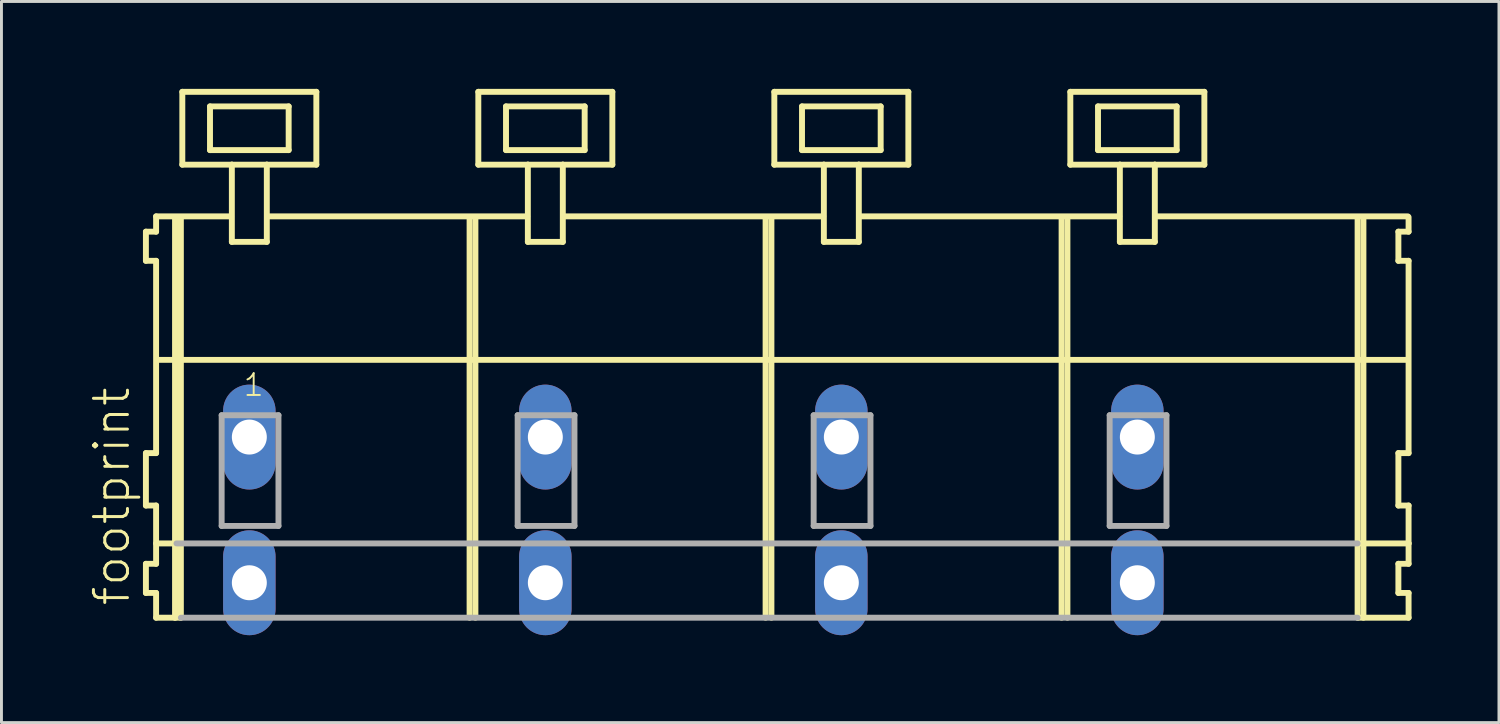
<source format=kicad_pcb>
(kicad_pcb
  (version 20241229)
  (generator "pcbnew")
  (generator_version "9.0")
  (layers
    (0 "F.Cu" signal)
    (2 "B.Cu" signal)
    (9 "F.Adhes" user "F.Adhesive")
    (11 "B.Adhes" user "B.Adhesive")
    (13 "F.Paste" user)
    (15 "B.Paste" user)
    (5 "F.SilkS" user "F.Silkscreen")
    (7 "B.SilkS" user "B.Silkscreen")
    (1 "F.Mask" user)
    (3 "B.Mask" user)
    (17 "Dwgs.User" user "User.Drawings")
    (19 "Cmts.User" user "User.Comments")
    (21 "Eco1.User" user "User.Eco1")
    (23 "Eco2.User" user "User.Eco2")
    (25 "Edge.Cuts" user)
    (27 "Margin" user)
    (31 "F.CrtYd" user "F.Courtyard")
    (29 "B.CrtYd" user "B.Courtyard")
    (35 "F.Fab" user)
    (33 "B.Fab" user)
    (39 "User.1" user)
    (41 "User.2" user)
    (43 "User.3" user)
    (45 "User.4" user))
  (footprint "footprint"
    (layer "F.Cu")
    (at 23.288 11.952)
    (property "Reference" "footprint" (at -21.815 5.855 90) (layer "F.SilkS") (effects (font (size 1.168 1.168) (thickness 0.102)) (justify left bottom)))
    (fp_line (start -21.33 -7.05) (end -21.33 -6.05) (stroke (width 0.203) (type solid)) (layer "F.SilkS"))
    (fp_line (start -21.33 -6.05) (end -20.98 -6.05) (stroke (width 0.203) (type solid)) (layer "F.SilkS"))
    (fp_line (start -21.33 0.55) (end -21.33 2.35) (stroke (width 0.203) (type solid)) (layer "F.SilkS"))
    (fp_line (start -21.33 2.35) (end -20.98 2.35) (stroke (width 0.203) (type solid)) (layer "F.SilkS"))
    (fp_line (start -21.33 4.35) (end -21.33 5.35) (stroke (width 0.203) (type solid)) (layer "F.SilkS"))
    (fp_line (start -21.33 5.35) (end -20.98 5.35) (stroke (width 0.203) (type solid)) (layer "F.SilkS"))
    (fp_line (start -20.98 -7.575) (end -20.98 -7.05) (stroke (width 0.203) (type solid)) (layer "F.SilkS"))
    (fp_line (start -20.98 -7.575) (end -18.405 -7.575) (stroke (width 0.203) (type solid)) (layer "F.SilkS"))
    (fp_line (start -20.98 -7.05) (end -21.33 -7.05) (stroke (width 0.203) (type solid)) (layer "F.SilkS"))
    (fp_line (start -20.98 -6.05) (end -20.98 0.55) (stroke (width 0.203) (type solid)) (layer "F.SilkS"))
    (fp_line (start -20.98 0.55) (end -21.33 0.55) (stroke (width 0.203) (type solid)) (layer "F.SilkS"))
    (fp_line (start -20.98 2.35) (end -20.98 4.35) (stroke (width 0.203) (type solid)) (layer "F.SilkS"))
    (fp_line (start -20.98 3.65) (end -20.28 3.65) (stroke (width 0.203) (type solid)) (layer "F.SilkS"))
    (fp_line (start -20.98 4.35) (end -21.33 4.35) (stroke (width 0.203) (type solid)) (layer "F.SilkS"))
    (fp_line (start -20.98 5.35) (end -20.98 6.2) (stroke (width 0.203) (type solid)) (layer "F.SilkS"))
    (fp_line (start -20.98 6.2) (end -20.33 6.2) (stroke (width 0.203) (type solid)) (layer "F.SilkS"))
    (fp_line (start -20.93 -2.65) (end 21.96 -2.65) (stroke (width 0.203) (type solid)) (layer "F.SilkS"))
    (fp_line (start -20.33 -7.55) (end -20.33 6.2) (stroke (width 0.203) (type solid)) (layer "F.SilkS"))
    (fp_line (start -20.33 6.2) (end -20.13 6.2) (stroke (width 0.203) (type solid)) (layer "F.SilkS"))
    (fp_line (start -20.13 -7.55) (end -20.13 6.2) (stroke (width 0.203) (type solid)) (layer "F.SilkS"))
    (fp_line (start -20.08 -11.85) (end -20.08 -9.35) (stroke (width 0.203) (type solid)) (layer "F.SilkS"))
    (fp_line (start -20.08 -9.35) (end -18.38 -9.35) (stroke (width 0.203) (type solid)) (layer "F.SilkS"))
    (fp_line (start -19.13 -11.35) (end -19.13 -9.85) (stroke (width 0.203) (type solid)) (layer "F.SilkS"))
    (fp_line (start -19.13 -9.85) (end -16.43 -9.85) (stroke (width 0.203) (type solid)) (layer "F.SilkS"))
    (fp_line (start -18.38 -9.35) (end -18.38 -6.7) (stroke (width 0.203) (type solid)) (layer "F.SilkS"))
    (fp_line (start -18.38 -9.35) (end -17.18 -9.35) (stroke (width 0.203) (type solid)) (layer "F.SilkS"))
    (fp_line (start -18.38 -6.7) (end -17.18 -6.7) (stroke (width 0.203) (type solid)) (layer "F.SilkS"))
    (fp_line (start -17.18 -9.35) (end -15.48 -9.35) (stroke (width 0.203) (type solid)) (layer "F.SilkS"))
    (fp_line (start -17.18 -6.7) (end -17.18 -9.35) (stroke (width 0.203) (type solid)) (layer "F.SilkS"))
    (fp_line (start -17.155 -7.575) (end -8.241 -7.575) (stroke (width 0.203) (type solid)) (layer "F.SilkS"))
    (fp_line (start -16.43 -11.35) (end -19.13 -11.35) (stroke (width 0.203) (type solid)) (layer "F.SilkS"))
    (fp_line (start -16.43 -9.85) (end -16.43 -11.35) (stroke (width 0.203) (type solid)) (layer "F.SilkS"))
    (fp_line (start -15.48 -11.85) (end -20.08 -11.85) (stroke (width 0.203) (type solid)) (layer "F.SilkS"))
    (fp_line (start -15.48 -9.35) (end -15.48 -11.85) (stroke (width 0.203) (type solid)) (layer "F.SilkS"))
    (fp_line (start -10.22 -7.55) (end -10.22 6.2) (stroke (width 0.203) (type solid)) (layer "F.SilkS"))
    (fp_line (start -10.02 -7.55) (end -10.02 6.2) (stroke (width 0.203) (type solid)) (layer "F.SilkS"))
    (fp_line (start -9.92 -11.85) (end -9.92 -9.35) (stroke (width 0.203) (type solid)) (layer "F.SilkS"))
    (fp_line (start -9.92 -9.35) (end -8.22 -9.35) (stroke (width 0.203) (type solid)) (layer "F.SilkS"))
    (fp_line (start -8.97 -11.35) (end -8.97 -9.85) (stroke (width 0.203) (type solid)) (layer "F.SilkS"))
    (fp_line (start -8.97 -9.85) (end -6.27 -9.85) (stroke (width 0.203) (type solid)) (layer "F.SilkS"))
    (fp_line (start -8.22 -9.35) (end -8.22 -6.7) (stroke (width 0.203) (type solid)) (layer "F.SilkS"))
    (fp_line (start -8.22 -9.35) (end -7.02 -9.35) (stroke (width 0.203) (type solid)) (layer "F.SilkS"))
    (fp_line (start -8.22 -6.7) (end -7.02 -6.7) (stroke (width 0.203) (type solid)) (layer "F.SilkS"))
    (fp_line (start -7.02 -9.35) (end -5.32 -9.35) (stroke (width 0.203) (type solid)) (layer "F.SilkS"))
    (fp_line (start -7.02 -6.7) (end -7.02 -9.35) (stroke (width 0.203) (type solid)) (layer "F.SilkS"))
    (fp_line (start -6.995 -7.575) (end 1.919 -7.575) (stroke (width 0.203) (type solid)) (layer "F.SilkS"))
    (fp_line (start -6.27 -11.35) (end -8.97 -11.35) (stroke (width 0.203) (type solid)) (layer "F.SilkS"))
    (fp_line (start -6.27 -9.85) (end -6.27 -11.35) (stroke (width 0.203) (type solid)) (layer "F.SilkS"))
    (fp_line (start -5.32 -11.85) (end -9.92 -11.85) (stroke (width 0.203) (type solid)) (layer "F.SilkS"))
    (fp_line (start -5.32 -9.35) (end -5.32 -11.85) (stroke (width 0.203) (type solid)) (layer "F.SilkS"))
    (fp_line (start -0.06 -7.55) (end -0.06 6.2) (stroke (width 0.203) (type solid)) (layer "F.SilkS"))
    (fp_line (start 0.14 -7.55) (end 0.14 6.2) (stroke (width 0.203) (type solid)) (layer "F.SilkS"))
    (fp_line (start 0.24 -11.85) (end 0.24 -9.35) (stroke (width 0.203) (type solid)) (layer "F.SilkS"))
    (fp_line (start 0.24 -9.35) (end 1.94 -9.35) (stroke (width 0.203) (type solid)) (layer "F.SilkS"))
    (fp_line (start 1.19 -11.35) (end 1.19 -9.85) (stroke (width 0.203) (type solid)) (layer "F.SilkS"))
    (fp_line (start 1.19 -9.85) (end 3.89 -9.85) (stroke (width 0.203) (type solid)) (layer "F.SilkS"))
    (fp_line (start 1.94 -9.35) (end 1.94 -6.7) (stroke (width 0.203) (type solid)) (layer "F.SilkS"))
    (fp_line (start 1.94 -9.35) (end 3.14 -9.35) (stroke (width 0.203) (type solid)) (layer "F.SilkS"))
    (fp_line (start 1.94 -6.7) (end 3.14 -6.7) (stroke (width 0.203) (type solid)) (layer "F.SilkS"))
    (fp_line (start 3.14 -9.35) (end 4.84 -9.35) (stroke (width 0.203) (type solid)) (layer "F.SilkS"))
    (fp_line (start 3.14 -6.7) (end 3.14 -9.35) (stroke (width 0.203) (type solid)) (layer "F.SilkS"))
    (fp_line (start 3.165 -7.575) (end 12.079 -7.575) (stroke (width 0.203) (type solid)) (layer "F.SilkS"))
    (fp_line (start 3.89 -11.35) (end 1.19 -11.35) (stroke (width 0.203) (type solid)) (layer "F.SilkS"))
    (fp_line (start 3.89 -9.85) (end 3.89 -11.35) (stroke (width 0.203) (type solid)) (layer "F.SilkS"))
    (fp_line (start 4.84 -11.85) (end 0.24 -11.85) (stroke (width 0.203) (type solid)) (layer "F.SilkS"))
    (fp_line (start 4.84 -9.35) (end 4.84 -11.85) (stroke (width 0.203) (type solid)) (layer "F.SilkS"))
    (fp_line (start 10.1 -7.55) (end 10.1 6.2) (stroke (width 0.203) (type solid)) (layer "F.SilkS"))
    (fp_line (start 10.3 -7.55) (end 10.3 6.2) (stroke (width 0.203) (type solid)) (layer "F.SilkS"))
    (fp_line (start 10.4 -11.85) (end 10.4 -9.35) (stroke (width 0.203) (type solid)) (layer "F.SilkS"))
    (fp_line (start 10.4 -9.35) (end 12.1 -9.35) (stroke (width 0.203) (type solid)) (layer "F.SilkS"))
    (fp_line (start 11.35 -11.35) (end 11.35 -9.85) (stroke (width 0.203) (type solid)) (layer "F.SilkS"))
    (fp_line (start 11.35 -9.85) (end 14.05 -9.85) (stroke (width 0.203) (type solid)) (layer "F.SilkS"))
    (fp_line (start 12.1 -9.35) (end 12.1 -6.7) (stroke (width 0.203) (type solid)) (layer "F.SilkS"))
    (fp_line (start 12.1 -9.35) (end 13.3 -9.35) (stroke (width 0.203) (type solid)) (layer "F.SilkS"))
    (fp_line (start 12.1 -6.7) (end 13.3 -6.7) (stroke (width 0.203) (type solid)) (layer "F.SilkS"))
    (fp_line (start 13.3 -9.35) (end 15 -9.35) (stroke (width 0.203) (type solid)) (layer "F.SilkS"))
    (fp_line (start 13.3 -6.7) (end 13.3 -9.35) (stroke (width 0.203) (type solid)) (layer "F.SilkS"))
    (fp_line (start 13.325 -7.575) (end 21.985 -7.575) (stroke (width 0.203) (type solid)) (layer "F.SilkS"))
    (fp_line (start 14.05 -11.35) (end 11.35 -11.35) (stroke (width 0.203) (type solid)) (layer "F.SilkS"))
    (fp_line (start 14.05 -9.85) (end 14.05 -11.35) (stroke (width 0.203) (type solid)) (layer "F.SilkS"))
    (fp_line (start 15 -11.85) (end 10.4 -11.85) (stroke (width 0.203) (type solid)) (layer "F.SilkS"))
    (fp_line (start 15 -9.35) (end 15 -11.85) (stroke (width 0.203) (type solid)) (layer "F.SilkS"))
    (fp_line (start 20.26 -7.55) (end 20.26 6.2) (stroke (width 0.203) (type solid)) (layer "F.SilkS"))
    (fp_line (start 20.26 6.2) (end 22.01 6.2) (stroke (width 0.203) (type solid)) (layer "F.SilkS"))
    (fp_line (start 20.31 3.65) (end 22.01 3.65) (stroke (width 0.203) (type solid)) (layer "F.SilkS"))
    (fp_line (start 20.46 -7.55) (end 20.46 6.2) (stroke (width 0.203) (type solid)) (layer "F.SilkS"))
    (fp_line (start 21.66 -7.05) (end 21.66 -6.05) (stroke (width 0.203) (type solid)) (layer "F.SilkS"))
    (fp_line (start 21.66 -6.05) (end 22.01 -6.05) (stroke (width 0.203) (type solid)) (layer "F.SilkS"))
    (fp_line (start 21.66 0.55) (end 21.66 2.35) (stroke (width 0.203) (type solid)) (layer "F.SilkS"))
    (fp_line (start 21.66 2.35) (end 22.01 2.35) (stroke (width 0.203) (type solid)) (layer "F.SilkS"))
    (fp_line (start 21.66 4.35) (end 21.66 5.35) (stroke (width 0.203) (type solid)) (layer "F.SilkS"))
    (fp_line (start 21.66 5.35) (end 22.01 5.35) (stroke (width 0.203) (type solid)) (layer "F.SilkS"))
    (fp_line (start 22.01 -7.05) (end 21.66 -7.05) (stroke (width 0.203) (type solid)) (layer "F.SilkS"))
    (fp_line (start 22.01 -7.05) (end 22.01 -7.55) (stroke (width 0.203) (type solid)) (layer "F.SilkS"))
    (fp_line (start 22.01 0.55) (end 21.66 0.55) (stroke (width 0.203) (type solid)) (layer "F.SilkS"))
    (fp_line (start 22.01 0.55) (end 22.01 -6.05) (stroke (width 0.203) (type solid)) (layer "F.SilkS"))
    (fp_line (start 22.01 3.65) (end 22.01 2.35) (stroke (width 0.203) (type solid)) (layer "F.SilkS"))
    (fp_line (start 22.01 4.35) (end 21.66 4.35) (stroke (width 0.203) (type solid)) (layer "F.SilkS"))
    (fp_line (start 22.01 4.35) (end 22.01 3.65) (stroke (width 0.203) (type solid)) (layer "F.SilkS"))
    (fp_line (start 22.01 6.2) (end 22.01 5.35) (stroke (width 0.203) (type solid)) (layer "F.SilkS"))
    (fp_line (start -20.28 3.65) (end 20.26 3.65) (stroke (width 0.203) (type solid)) (layer "F.Fab"))
    (fp_line (start -20.13 6.2) (end 20.26 6.2) (stroke (width 0.203) (type solid)) (layer "F.Fab"))
    (fp_line (start -18.73 -0.75) (end -18.73 3.05) (stroke (width 0.203) (type solid)) (layer "F.Fab"))
    (fp_line (start -18.73 3.05) (end -16.78 3.05) (stroke (width 0.203) (type solid)) (layer "F.Fab"))
    (fp_line (start -16.78 -0.75) (end -18.73 -0.75) (stroke (width 0.203) (type solid)) (layer "F.Fab"))
    (fp_line (start -16.78 3.05) (end -16.78 -0.75) (stroke (width 0.203) (type solid)) (layer "F.Fab"))
    (fp_line (start -8.57 -0.75) (end -8.57 3.05) (stroke (width 0.203) (type solid)) (layer "F.Fab"))
    (fp_line (start -8.57 3.05) (end -6.62 3.05) (stroke (width 0.203) (type solid)) (layer "F.Fab"))
    (fp_line (start -6.62 -0.75) (end -8.57 -0.75) (stroke (width 0.203) (type solid)) (layer "F.Fab"))
    (fp_line (start -6.62 3.05) (end -6.62 -0.75) (stroke (width 0.203) (type solid)) (layer "F.Fab"))
    (fp_line (start 1.59 -0.75) (end 1.59 3.05) (stroke (width 0.203) (type solid)) (layer "F.Fab"))
    (fp_line (start 1.59 3.05) (end 3.54 3.05) (stroke (width 0.203) (type solid)) (layer "F.Fab"))
    (fp_line (start 3.54 -0.75) (end 1.59 -0.75) (stroke (width 0.203) (type solid)) (layer "F.Fab"))
    (fp_line (start 3.54 3.05) (end 3.54 -0.75) (stroke (width 0.203) (type solid)) (layer "F.Fab"))
    (fp_line (start 11.75 -0.75) (end 11.75 3.05) (stroke (width 0.203) (type solid)) (layer "F.Fab"))
    (fp_line (start 11.75 3.05) (end 13.7 3.05) (stroke (width 0.203) (type solid)) (layer "F.Fab"))
    (fp_line (start 13.7 -0.75) (end 11.75 -0.75) (stroke (width 0.203) (type solid)) (layer "F.Fab"))
    (fp_line (start 13.7 3.05) (end 13.7 -0.75) (stroke (width 0.203) (type solid)) (layer "F.Fab"))
    (fp_text user "1" (at -18.03 -1.35 0) (layer "F.SilkS") (effects (font (size 0.748 0.748) (thickness 0.065)) (justify left bottom)))
    (pad "A1" thru_hole oval (at -17.78 0 90) (size 3.6 1.8) (drill 1.2) (layers "*.Cu" "*.Mask"))
    (pad "A2" thru_hole oval (at -7.62 0 90) (size 3.6 1.8) (drill 1.2) (layers "*.Cu" "*.Mask"))
    (pad "A3" thru_hole oval (at 2.54 0 90) (size 3.6 1.8) (drill 1.2) (layers "*.Cu" "*.Mask"))
    (pad "A4" thru_hole oval (at 12.7 0 90) (size 3.6 1.8) (drill 1.2) (layers "*.Cu" "*.Mask"))
    (pad "B1" thru_hole oval (at -17.78 5 90) (size 3.6 1.8) (drill 1.2) (layers "*.Cu" "*.Mask"))
    (pad "B2" thru_hole oval (at -7.62 5 90) (size 3.6 1.8) (drill 1.2) (layers "*.Cu" "*.Mask"))
    (pad "B3" thru_hole oval (at 2.54 5 90) (size 3.6 1.8) (drill 1.2) (layers "*.Cu" "*.Mask"))
    (pad "B4" thru_hole oval (at 12.7 5 90) (size 3.6 1.8) (drill 1.2) (layers "*.Cu" "*.Mask")))
  (gr_rect
    (start -3 -3)
    (end 48.4 21.752)
    (stroke (width 0.1) (type default))
    (fill no)
    (layer "Edge.Cuts")))
</source>
